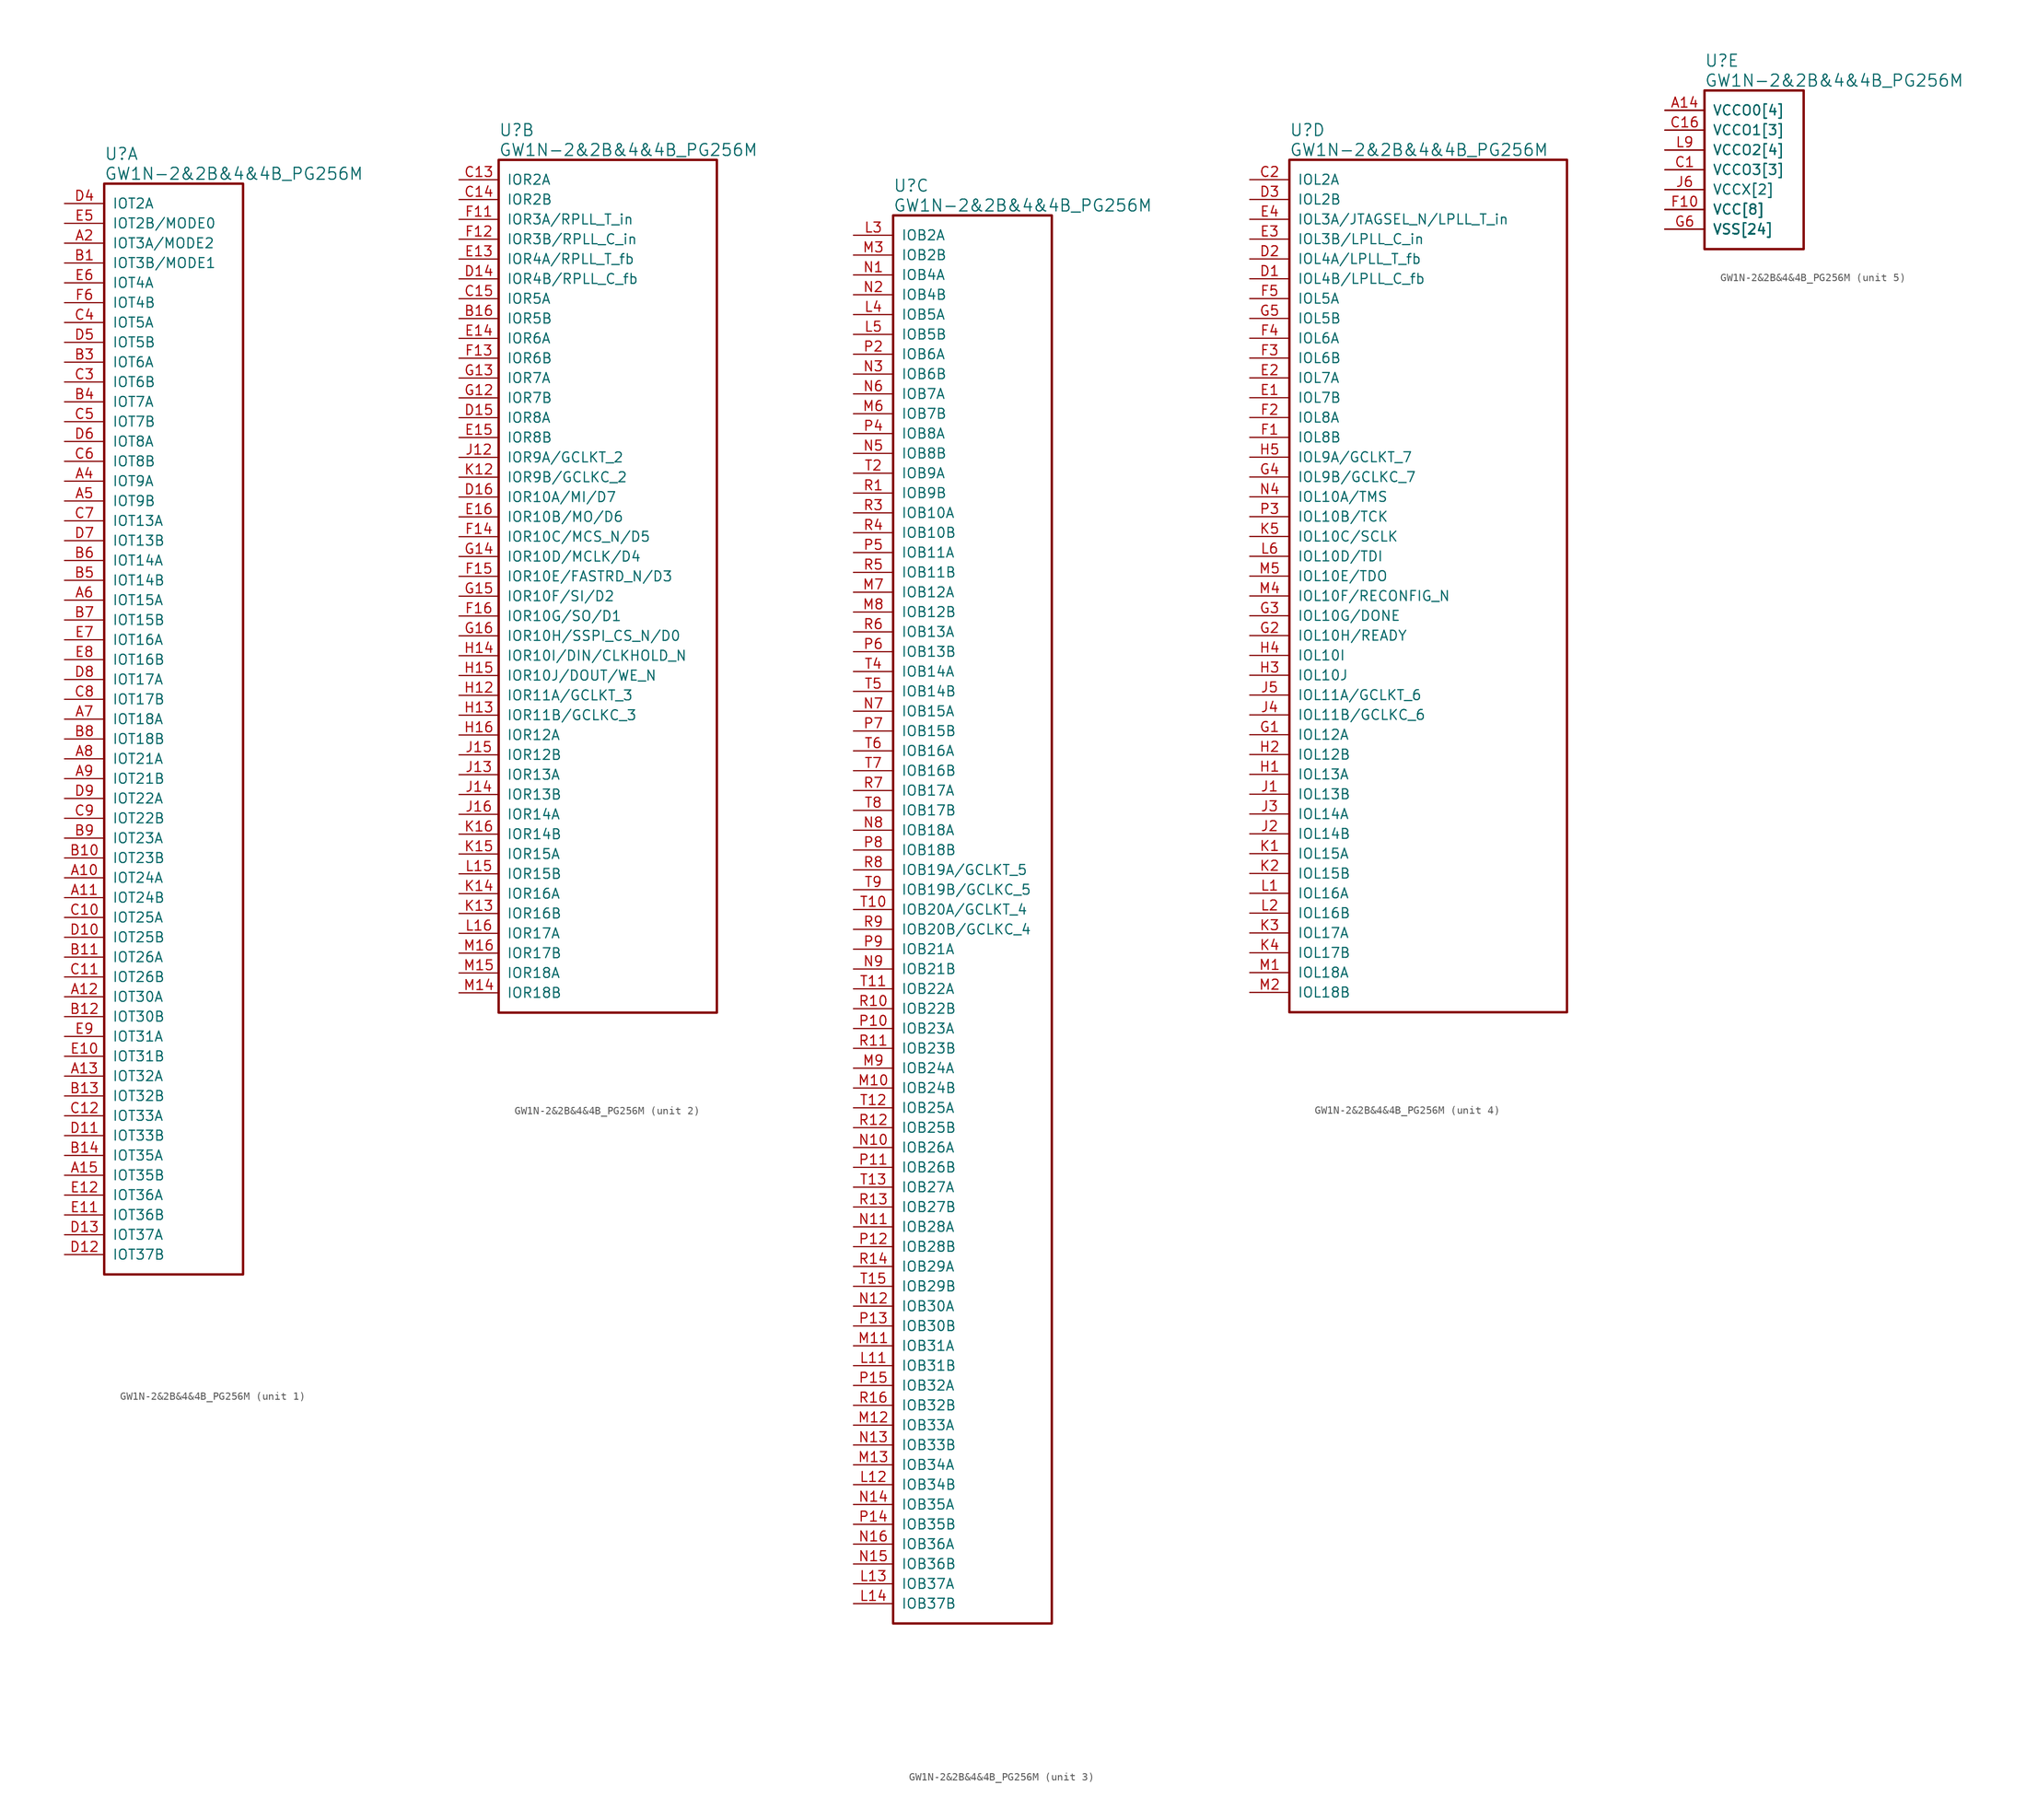
<source format=kicad_sym>
(kicad_symbol_lib
  (version 20220914)
  (generator kicad_symbol_editor)
  (symbol "GW1N-2&2B&4&4B_PG256M"
    (pin_names
      (offset 1.016))
    (property "Reference" "U"
      (at 5.08 6.35 0)
      (effects (font (size 1.524 1.524)) (justify left)))
    (property "Value" "GW1N-2&2B&4&4B_PG256M"
      (at 5.08 3.81 0)
      (effects (font (size 1.524 1.524)) (justify left)))
    (property "ki_locked" ""
      (at 0 0 0)
      (effects (font (size 1.27 1.27))))
    (symbol "GW1N-2&2B&4&4B_PG256M_1_1"
      (rectangle (start 5.08 2.54) (end 22.86 -137.16) (stroke (width 0.305) (type solid)) (fill (type none)))
      (pin bidirectional line (at 0 -86.36 0) (length 5.08) (name "IOT24A" (effects (font (size 1.27 1.27)))) (number "A10" (effects (font (size 1.27 1.27)))))
      (pin bidirectional line (at 0 -88.9 0) (length 5.08) (name "IOT24B" (effects (font (size 1.27 1.27)))) (number "A11" (effects (font (size 1.27 1.27)))))
      (pin bidirectional line (at 0 -101.6 0) (length 5.08) (name "IOT30A" (effects (font (size 1.27 1.27)))) (number "A12" (effects (font (size 1.27 1.27)))))
      (pin bidirectional line (at 0 -111.76 0) (length 5.08) (name "IOT32A" (effects (font (size 1.27 1.27)))) (number "A13" (effects (font (size 1.27 1.27)))))
      (pin bidirectional line (at 0 -124.46 0) (length 5.08) (name "IOT35B" (effects (font (size 1.27 1.27)))) (number "A15" (effects (font (size 1.27 1.27)))))
      (pin bidirectional line (at 0 -5.08 0) (length 5.08) (name "IOT3A/MODE2" (effects (font (size 1.27 1.27)))) (number "A2" (effects (font (size 1.27 1.27)))))
      (pin bidirectional line (at 0 -35.56 0) (length 5.08) (name "IOT9A" (effects (font (size 1.27 1.27)))) (number "A4" (effects (font (size 1.27 1.27)))))
      (pin bidirectional line (at 0 -38.1 0) (length 5.08) (name "IOT9B" (effects (font (size 1.27 1.27)))) (number "A5" (effects (font (size 1.27 1.27)))))
      (pin bidirectional line (at 0 -50.8 0) (length 5.08) (name "IOT15A" (effects (font (size 1.27 1.27)))) (number "A6" (effects (font (size 1.27 1.27)))))
      (pin bidirectional line (at 0 -66.04 0) (length 5.08) (name "IOT18A" (effects (font (size 1.27 1.27)))) (number "A7" (effects (font (size 1.27 1.27)))))
      (pin bidirectional line (at 0 -71.12 0) (length 5.08) (name "IOT21A" (effects (font (size 1.27 1.27)))) (number "A8" (effects (font (size 1.27 1.27)))))
      (pin bidirectional line (at 0 -73.66 0) (length 5.08) (name "IOT21B" (effects (font (size 1.27 1.27)))) (number "A9" (effects (font (size 1.27 1.27)))))
      (pin bidirectional line (at 0 -7.62 0) (length 5.08) (name "IOT3B/MODE1" (effects (font (size 1.27 1.27)))) (number "B1" (effects (font (size 1.27 1.27)))))
      (pin bidirectional line (at 0 -83.82 0) (length 5.08) (name "IOT23B" (effects (font (size 1.27 1.27)))) (number "B10" (effects (font (size 1.27 1.27)))))
      (pin bidirectional line (at 0 -96.52 0) (length 5.08) (name "IOT26A" (effects (font (size 1.27 1.27)))) (number "B11" (effects (font (size 1.27 1.27)))))
      (pin bidirectional line (at 0 -104.14 0) (length 5.08) (name "IOT30B" (effects (font (size 1.27 1.27)))) (number "B12" (effects (font (size 1.27 1.27)))))
      (pin bidirectional line (at 0 -114.3 0) (length 5.08) (name "IOT32B" (effects (font (size 1.27 1.27)))) (number "B13" (effects (font (size 1.27 1.27)))))
      (pin bidirectional line (at 0 -121.92 0) (length 5.08) (name "IOT35A" (effects (font (size 1.27 1.27)))) (number "B14" (effects (font (size 1.27 1.27)))))
      (pin bidirectional line (at 0 -20.32 0) (length 5.08) (name "IOT6A" (effects (font (size 1.27 1.27)))) (number "B3" (effects (font (size 1.27 1.27)))))
      (pin bidirectional line (at 0 -25.4 0) (length 5.08) (name "IOT7A" (effects (font (size 1.27 1.27)))) (number "B4" (effects (font (size 1.27 1.27)))))
      (pin bidirectional line (at 0 -48.26 0) (length 5.08) (name "IOT14B" (effects (font (size 1.27 1.27)))) (number "B5" (effects (font (size 1.27 1.27)))))
      (pin bidirectional line (at 0 -45.72 0) (length 5.08) (name "IOT14A" (effects (font (size 1.27 1.27)))) (number "B6" (effects (font (size 1.27 1.27)))))
      (pin bidirectional line (at 0 -53.34 0) (length 5.08) (name "IOT15B" (effects (font (size 1.27 1.27)))) (number "B7" (effects (font (size 1.27 1.27)))))
      (pin bidirectional line (at 0 -68.58 0) (length 5.08) (name "IOT18B" (effects (font (size 1.27 1.27)))) (number "B8" (effects (font (size 1.27 1.27)))))
      (pin bidirectional line (at 0 -81.28 0) (length 5.08) (name "IOT23A" (effects (font (size 1.27 1.27)))) (number "B9" (effects (font (size 1.27 1.27)))))
      (pin bidirectional line (at 0 -91.44 0) (length 5.08) (name "IOT25A" (effects (font (size 1.27 1.27)))) (number "C10" (effects (font (size 1.27 1.27)))))
      (pin bidirectional line (at 0 -99.06 0) (length 5.08) (name "IOT26B" (effects (font (size 1.27 1.27)))) (number "C11" (effects (font (size 1.27 1.27)))))
      (pin bidirectional line (at 0 -116.84 0) (length 5.08) (name "IOT33A" (effects (font (size 1.27 1.27)))) (number "C12" (effects (font (size 1.27 1.27)))))
      (pin bidirectional line (at 0 -22.86 0) (length 5.08) (name "IOT6B" (effects (font (size 1.27 1.27)))) (number "C3" (effects (font (size 1.27 1.27)))))
      (pin bidirectional line (at 0 -15.24 0) (length 5.08) (name "IOT5A" (effects (font (size 1.27 1.27)))) (number "C4" (effects (font (size 1.27 1.27)))))
      (pin bidirectional line (at 0 -27.94 0) (length 5.08) (name "IOT7B" (effects (font (size 1.27 1.27)))) (number "C5" (effects (font (size 1.27 1.27)))))
      (pin bidirectional line (at 0 -33.02 0) (length 5.08) (name "IOT8B" (effects (font (size 1.27 1.27)))) (number "C6" (effects (font (size 1.27 1.27)))))
      (pin bidirectional line (at 0 -40.64 0) (length 5.08) (name "IOT13A" (effects (font (size 1.27 1.27)))) (number "C7" (effects (font (size 1.27 1.27)))))
      (pin bidirectional line (at 0 -63.5 0) (length 5.08) (name "IOT17B" (effects (font (size 1.27 1.27)))) (number "C8" (effects (font (size 1.27 1.27)))))
      (pin bidirectional line (at 0 -78.74 0) (length 5.08) (name "IOT22B" (effects (font (size 1.27 1.27)))) (number "C9" (effects (font (size 1.27 1.27)))))
      (pin bidirectional line (at 0 -93.98 0) (length 5.08) (name "IOT25B" (effects (font (size 1.27 1.27)))) (number "D10" (effects (font (size 1.27 1.27)))))
      (pin bidirectional line (at 0 -119.38 0) (length 5.08) (name "IOT33B" (effects (font (size 1.27 1.27)))) (number "D11" (effects (font (size 1.27 1.27)))))
      (pin bidirectional line (at 0 -134.62 0) (length 5.08) (name "IOT37B" (effects (font (size 1.27 1.27)))) (number "D12" (effects (font (size 1.27 1.27)))))
      (pin bidirectional line (at 0 -132.08 0) (length 5.08) (name "IOT37A" (effects (font (size 1.27 1.27)))) (number "D13" (effects (font (size 1.27 1.27)))))
      (pin bidirectional line (at 0 0 0) (length 5.08) (name "IOT2A" (effects (font (size 1.27 1.27)))) (number "D4" (effects (font (size 1.27 1.27)))))
      (pin bidirectional line (at 0 -17.78 0) (length 5.08) (name "IOT5B" (effects (font (size 1.27 1.27)))) (number "D5" (effects (font (size 1.27 1.27)))))
      (pin bidirectional line (at 0 -30.48 0) (length 5.08) (name "IOT8A" (effects (font (size 1.27 1.27)))) (number "D6" (effects (font (size 1.27 1.27)))))
      (pin bidirectional line (at 0 -43.18 0) (length 5.08) (name "IOT13B" (effects (font (size 1.27 1.27)))) (number "D7" (effects (font (size 1.27 1.27)))))
      (pin bidirectional line (at 0 -60.96 0) (length 5.08) (name "IOT17A" (effects (font (size 1.27 1.27)))) (number "D8" (effects (font (size 1.27 1.27)))))
      (pin bidirectional line (at 0 -76.2 0) (length 5.08) (name "IOT22A" (effects (font (size 1.27 1.27)))) (number "D9" (effects (font (size 1.27 1.27)))))
      (pin bidirectional line (at 0 -109.22 0) (length 5.08) (name "IOT31B" (effects (font (size 1.27 1.27)))) (number "E10" (effects (font (size 1.27 1.27)))))
      (pin bidirectional line (at 0 -129.54 0) (length 5.08) (name "IOT36B" (effects (font (size 1.27 1.27)))) (number "E11" (effects (font (size 1.27 1.27)))))
      (pin bidirectional line (at 0 -127 0) (length 5.08) (name "IOT36A" (effects (font (size 1.27 1.27)))) (number "E12" (effects (font (size 1.27 1.27)))))
      (pin bidirectional line (at 0 -2.54 0) (length 5.08) (name "IOT2B/MODE0" (effects (font (size 1.27 1.27)))) (number "E5" (effects (font (size 1.27 1.27)))))
      (pin bidirectional line (at 0 -10.16 0) (length 5.08) (name "IOT4A" (effects (font (size 1.27 1.27)))) (number "E6" (effects (font (size 1.27 1.27)))))
      (pin bidirectional line (at 0 -55.88 0) (length 5.08) (name "IOT16A" (effects (font (size 1.27 1.27)))) (number "E7" (effects (font (size 1.27 1.27)))))
      (pin bidirectional line (at 0 -58.42 0) (length 5.08) (name "IOT16B" (effects (font (size 1.27 1.27)))) (number "E8" (effects (font (size 1.27 1.27)))))
      (pin bidirectional line (at 0 -106.68 0) (length 5.08) (name "IOT31A" (effects (font (size 1.27 1.27)))) (number "E9" (effects (font (size 1.27 1.27)))))
      (pin bidirectional line (at 0 -12.7 0) (length 5.08) (name "IOT4B" (effects (font (size 1.27 1.27)))) (number "F6" (effects (font (size 1.27 1.27))))))
    (symbol "GW1N-2&2B&4&4B_PG256M_2_1"
      (rectangle (start 5.08 2.54) (end 33.02 -106.68) (stroke (width 0.305) (type solid)) (fill (type none)))
      (pin bidirectional line (at 0 -17.78 0) (length 5.08) (name "IOR5B" (effects (font (size 1.27 1.27)))) (number "B16" (effects (font (size 1.27 1.27)))))
      (pin bidirectional line (at 0 0 0) (length 5.08) (name "IOR2A" (effects (font (size 1.27 1.27)))) (number "C13" (effects (font (size 1.27 1.27)))))
      (pin bidirectional line (at 0 -2.54 0) (length 5.08) (name "IOR2B" (effects (font (size 1.27 1.27)))) (number "C14" (effects (font (size 1.27 1.27)))))
      (pin bidirectional line (at 0 -15.24 0) (length 5.08) (name "IOR5A" (effects (font (size 1.27 1.27)))) (number "C15" (effects (font (size 1.27 1.27)))))
      (pin bidirectional line (at 0 -12.7 0) (length 5.08) (name "IOR4B/RPLL_C_fb" (effects (font (size 1.27 1.27)))) (number "D14" (effects (font (size 1.27 1.27)))))
      (pin bidirectional line (at 0 -30.48 0) (length 5.08) (name "IOR8A" (effects (font (size 1.27 1.27)))) (number "D15" (effects (font (size 1.27 1.27)))))
      (pin bidirectional line (at 0 -40.64 0) (length 5.08) (name "IOR10A/MI/D7" (effects (font (size 1.27 1.27)))) (number "D16" (effects (font (size 1.27 1.27)))))
      (pin bidirectional line (at 0 -10.16 0) (length 5.08) (name "IOR4A/RPLL_T_fb" (effects (font (size 1.27 1.27)))) (number "E13" (effects (font (size 1.27 1.27)))))
      (pin bidirectional line (at 0 -20.32 0) (length 5.08) (name "IOR6A" (effects (font (size 1.27 1.27)))) (number "E14" (effects (font (size 1.27 1.27)))))
      (pin bidirectional line (at 0 -33.02 0) (length 5.08) (name "IOR8B" (effects (font (size 1.27 1.27)))) (number "E15" (effects (font (size 1.27 1.27)))))
      (pin bidirectional line (at 0 -43.18 0) (length 5.08) (name "IOR10B/MO/D6" (effects (font (size 1.27 1.27)))) (number "E16" (effects (font (size 1.27 1.27)))))
      (pin bidirectional line (at 0 -5.08 0) (length 5.08) (name "IOR3A/RPLL_T_in" (effects (font (size 1.27 1.27)))) (number "F11" (effects (font (size 1.27 1.27)))))
      (pin bidirectional line (at 0 -7.62 0) (length 5.08) (name "IOR3B/RPLL_C_in" (effects (font (size 1.27 1.27)))) (number "F12" (effects (font (size 1.27 1.27)))))
      (pin bidirectional line (at 0 -22.86 0) (length 5.08) (name "IOR6B" (effects (font (size 1.27 1.27)))) (number "F13" (effects (font (size 1.27 1.27)))))
      (pin bidirectional line (at 0 -45.72 0) (length 5.08) (name "IOR10C/MCS_N/D5" (effects (font (size 1.27 1.27)))) (number "F14" (effects (font (size 1.27 1.27)))))
      (pin bidirectional line (at 0 -50.8 0) (length 5.08) (name "IOR10E/FASTRD_N/D3" (effects (font (size 1.27 1.27)))) (number "F15" (effects (font (size 1.27 1.27)))))
      (pin bidirectional line (at 0 -55.88 0) (length 5.08) (name "IOR10G/SO/D1" (effects (font (size 1.27 1.27)))) (number "F16" (effects (font (size 1.27 1.27)))))
      (pin bidirectional line (at 0 -27.94 0) (length 5.08) (name "IOR7B" (effects (font (size 1.27 1.27)))) (number "G12" (effects (font (size 1.27 1.27)))))
      (pin bidirectional line (at 0 -25.4 0) (length 5.08) (name "IOR7A" (effects (font (size 1.27 1.27)))) (number "G13" (effects (font (size 1.27 1.27)))))
      (pin bidirectional line (at 0 -48.26 0) (length 5.08) (name "IOR10D/MCLK/D4" (effects (font (size 1.27 1.27)))) (number "G14" (effects (font (size 1.27 1.27)))))
      (pin bidirectional line (at 0 -53.34 0) (length 5.08) (name "IOR10F/SI/D2" (effects (font (size 1.27 1.27)))) (number "G15" (effects (font (size 1.27 1.27)))))
      (pin bidirectional line (at 0 -58.42 0) (length 5.08) (name "IOR10H/SSPI_CS_N/D0" (effects (font (size 1.27 1.27)))) (number "G16" (effects (font (size 1.27 1.27)))))
      (pin bidirectional line (at 0 -66.04 0) (length 5.08) (name "IOR11A/GCLKT_3" (effects (font (size 1.27 1.27)))) (number "H12" (effects (font (size 1.27 1.27)))))
      (pin bidirectional line (at 0 -68.58 0) (length 5.08) (name "IOR11B/GCLKC_3" (effects (font (size 1.27 1.27)))) (number "H13" (effects (font (size 1.27 1.27)))))
      (pin bidirectional line (at 0 -60.96 0) (length 5.08) (name "IOR10I/DIN/CLKHOLD_N" (effects (font (size 1.27 1.27)))) (number "H14" (effects (font (size 1.27 1.27)))))
      (pin bidirectional line (at 0 -63.5 0) (length 5.08) (name "IOR10J/DOUT/WE_N" (effects (font (size 1.27 1.27)))) (number "H15" (effects (font (size 1.27 1.27)))))
      (pin bidirectional line (at 0 -71.12 0) (length 5.08) (name "IOR12A" (effects (font (size 1.27 1.27)))) (number "H16" (effects (font (size 1.27 1.27)))))
      (pin bidirectional line (at 0 -35.56 0) (length 5.08) (name "IOR9A/GCLKT_2" (effects (font (size 1.27 1.27)))) (number "J12" (effects (font (size 1.27 1.27)))))
      (pin bidirectional line (at 0 -76.2 0) (length 5.08) (name "IOR13A" (effects (font (size 1.27 1.27)))) (number "J13" (effects (font (size 1.27 1.27)))))
      (pin bidirectional line (at 0 -78.74 0) (length 5.08) (name "IOR13B" (effects (font (size 1.27 1.27)))) (number "J14" (effects (font (size 1.27 1.27)))))
      (pin bidirectional line (at 0 -73.66 0) (length 5.08) (name "IOR12B" (effects (font (size 1.27 1.27)))) (number "J15" (effects (font (size 1.27 1.27)))))
      (pin bidirectional line (at 0 -81.28 0) (length 5.08) (name "IOR14A" (effects (font (size 1.27 1.27)))) (number "J16" (effects (font (size 1.27 1.27)))))
      (pin bidirectional line (at 0 -38.1 0) (length 5.08) (name "IOR9B/GCLKC_2" (effects (font (size 1.27 1.27)))) (number "K12" (effects (font (size 1.27 1.27)))))
      (pin bidirectional line (at 0 -93.98 0) (length 5.08) (name "IOR16B" (effects (font (size 1.27 1.27)))) (number "K13" (effects (font (size 1.27 1.27)))))
      (pin bidirectional line (at 0 -91.44 0) (length 5.08) (name "IOR16A" (effects (font (size 1.27 1.27)))) (number "K14" (effects (font (size 1.27 1.27)))))
      (pin bidirectional line (at 0 -86.36 0) (length 5.08) (name "IOR15A" (effects (font (size 1.27 1.27)))) (number "K15" (effects (font (size 1.27 1.27)))))
      (pin bidirectional line (at 0 -83.82 0) (length 5.08) (name "IOR14B" (effects (font (size 1.27 1.27)))) (number "K16" (effects (font (size 1.27 1.27)))))
      (pin bidirectional line (at 0 -88.9 0) (length 5.08) (name "IOR15B" (effects (font (size 1.27 1.27)))) (number "L15" (effects (font (size 1.27 1.27)))))
      (pin bidirectional line (at 0 -96.52 0) (length 5.08) (name "IOR17A" (effects (font (size 1.27 1.27)))) (number "L16" (effects (font (size 1.27 1.27)))))
      (pin bidirectional line (at 0 -104.14 0) (length 5.08) (name "IOR18B" (effects (font (size 1.27 1.27)))) (number "M14" (effects (font (size 1.27 1.27)))))
      (pin bidirectional line (at 0 -101.6 0) (length 5.08) (name "IOR18A" (effects (font (size 1.27 1.27)))) (number "M15" (effects (font (size 1.27 1.27)))))
      (pin bidirectional line (at 0 -99.06 0) (length 5.08) (name "IOR17B" (effects (font (size 1.27 1.27)))) (number "M16" (effects (font (size 1.27 1.27))))))
    (symbol "GW1N-2&2B&4&4B_PG256M_3_1"
      (rectangle (start 5.08 2.54) (end 25.4 -177.8) (stroke (width 0.305) (type solid)) (fill (type none)))
      (pin bidirectional line (at 0 -144.78 0) (length 5.08) (name "IOB31B" (effects (font (size 1.27 1.27)))) (number "L11" (effects (font (size 1.27 1.27)))))
      (pin bidirectional line (at 0 -160.02 0) (length 5.08) (name "IOB34B" (effects (font (size 1.27 1.27)))) (number "L12" (effects (font (size 1.27 1.27)))))
      (pin bidirectional line (at 0 -172.72 0) (length 5.08) (name "IOB37A" (effects (font (size 1.27 1.27)))) (number "L13" (effects (font (size 1.27 1.27)))))
      (pin bidirectional line (at 0 -175.26 0) (length 5.08) (name "IOB37B" (effects (font (size 1.27 1.27)))) (number "L14" (effects (font (size 1.27 1.27)))))
      (pin bidirectional line (at 0 0 0) (length 5.08) (name "IOB2A" (effects (font (size 1.27 1.27)))) (number "L3" (effects (font (size 1.27 1.27)))))
      (pin bidirectional line (at 0 -10.16 0) (length 5.08) (name "IOB5A" (effects (font (size 1.27 1.27)))) (number "L4" (effects (font (size 1.27 1.27)))))
      (pin bidirectional line (at 0 -12.7 0) (length 5.08) (name "IOB5B" (effects (font (size 1.27 1.27)))) (number "L5" (effects (font (size 1.27 1.27)))))
      (pin bidirectional line (at 0 -109.22 0) (length 5.08) (name "IOB24B" (effects (font (size 1.27 1.27)))) (number "M10" (effects (font (size 1.27 1.27)))))
      (pin bidirectional line (at 0 -142.24 0) (length 5.08) (name "IOB31A" (effects (font (size 1.27 1.27)))) (number "M11" (effects (font (size 1.27 1.27)))))
      (pin bidirectional line (at 0 -152.4 0) (length 5.08) (name "IOB33A" (effects (font (size 1.27 1.27)))) (number "M12" (effects (font (size 1.27 1.27)))))
      (pin bidirectional line (at 0 -157.48 0) (length 5.08) (name "IOB34A" (effects (font (size 1.27 1.27)))) (number "M13" (effects (font (size 1.27 1.27)))))
      (pin bidirectional line (at 0 -2.54 0) (length 5.08) (name "IOB2B" (effects (font (size 1.27 1.27)))) (number "M3" (effects (font (size 1.27 1.27)))))
      (pin bidirectional line (at 0 -22.86 0) (length 5.08) (name "IOB7B" (effects (font (size 1.27 1.27)))) (number "M6" (effects (font (size 1.27 1.27)))))
      (pin bidirectional line (at 0 -45.72 0) (length 5.08) (name "IOB12A" (effects (font (size 1.27 1.27)))) (number "M7" (effects (font (size 1.27 1.27)))))
      (pin bidirectional line (at 0 -48.26 0) (length 5.08) (name "IOB12B" (effects (font (size 1.27 1.27)))) (number "M8" (effects (font (size 1.27 1.27)))))
      (pin bidirectional line (at 0 -106.68 0) (length 5.08) (name "IOB24A" (effects (font (size 1.27 1.27)))) (number "M9" (effects (font (size 1.27 1.27)))))
      (pin bidirectional line (at 0 -5.08 0) (length 5.08) (name "IOB4A" (effects (font (size 1.27 1.27)))) (number "N1" (effects (font (size 1.27 1.27)))))
      (pin bidirectional line (at 0 -116.84 0) (length 5.08) (name "IOB26A" (effects (font (size 1.27 1.27)))) (number "N10" (effects (font (size 1.27 1.27)))))
      (pin bidirectional line (at 0 -127 0) (length 5.08) (name "IOB28A" (effects (font (size 1.27 1.27)))) (number "N11" (effects (font (size 1.27 1.27)))))
      (pin bidirectional line (at 0 -137.16 0) (length 5.08) (name "IOB30A" (effects (font (size 1.27 1.27)))) (number "N12" (effects (font (size 1.27 1.27)))))
      (pin bidirectional line (at 0 -154.94 0) (length 5.08) (name "IOB33B" (effects (font (size 1.27 1.27)))) (number "N13" (effects (font (size 1.27 1.27)))))
      (pin bidirectional line (at 0 -162.56 0) (length 5.08) (name "IOB35A" (effects (font (size 1.27 1.27)))) (number "N14" (effects (font (size 1.27 1.27)))))
      (pin bidirectional line (at 0 -170.18 0) (length 5.08) (name "IOB36B" (effects (font (size 1.27 1.27)))) (number "N15" (effects (font (size 1.27 1.27)))))
      (pin bidirectional line (at 0 -167.64 0) (length 5.08) (name "IOB36A" (effects (font (size 1.27 1.27)))) (number "N16" (effects (font (size 1.27 1.27)))))
      (pin bidirectional line (at 0 -7.62 0) (length 5.08) (name "IOB4B" (effects (font (size 1.27 1.27)))) (number "N2" (effects (font (size 1.27 1.27)))))
      (pin bidirectional line (at 0 -17.78 0) (length 5.08) (name "IOB6B" (effects (font (size 1.27 1.27)))) (number "N3" (effects (font (size 1.27 1.27)))))
      (pin bidirectional line (at 0 -27.94 0) (length 5.08) (name "IOB8B" (effects (font (size 1.27 1.27)))) (number "N5" (effects (font (size 1.27 1.27)))))
      (pin bidirectional line (at 0 -20.32 0) (length 5.08) (name "IOB7A" (effects (font (size 1.27 1.27)))) (number "N6" (effects (font (size 1.27 1.27)))))
      (pin bidirectional line (at 0 -60.96 0) (length 5.08) (name "IOB15A" (effects (font (size 1.27 1.27)))) (number "N7" (effects (font (size 1.27 1.27)))))
      (pin bidirectional line (at 0 -76.2 0) (length 5.08) (name "IOB18A" (effects (font (size 1.27 1.27)))) (number "N8" (effects (font (size 1.27 1.27)))))
      (pin bidirectional line (at 0 -93.98 0) (length 5.08) (name "IOB21B" (effects (font (size 1.27 1.27)))) (number "N9" (effects (font (size 1.27 1.27)))))
      (pin bidirectional line (at 0 -101.6 0) (length 5.08) (name "IOB23A" (effects (font (size 1.27 1.27)))) (number "P10" (effects (font (size 1.27 1.27)))))
      (pin bidirectional line (at 0 -119.38 0) (length 5.08) (name "IOB26B" (effects (font (size 1.27 1.27)))) (number "P11" (effects (font (size 1.27 1.27)))))
      (pin bidirectional line (at 0 -129.54 0) (length 5.08) (name "IOB28B" (effects (font (size 1.27 1.27)))) (number "P12" (effects (font (size 1.27 1.27)))))
      (pin bidirectional line (at 0 -139.7 0) (length 5.08) (name "IOB30B" (effects (font (size 1.27 1.27)))) (number "P13" (effects (font (size 1.27 1.27)))))
      (pin bidirectional line (at 0 -165.1 0) (length 5.08) (name "IOB35B" (effects (font (size 1.27 1.27)))) (number "P14" (effects (font (size 1.27 1.27)))))
      (pin bidirectional line (at 0 -147.32 0) (length 5.08) (name "IOB32A" (effects (font (size 1.27 1.27)))) (number "P15" (effects (font (size 1.27 1.27)))))
      (pin bidirectional line (at 0 -15.24 0) (length 5.08) (name "IOB6A" (effects (font (size 1.27 1.27)))) (number "P2" (effects (font (size 1.27 1.27)))))
      (pin bidirectional line (at 0 -25.4 0) (length 5.08) (name "IOB8A" (effects (font (size 1.27 1.27)))) (number "P4" (effects (font (size 1.27 1.27)))))
      (pin bidirectional line (at 0 -40.64 0) (length 5.08) (name "IOB11A" (effects (font (size 1.27 1.27)))) (number "P5" (effects (font (size 1.27 1.27)))))
      (pin bidirectional line (at 0 -53.34 0) (length 5.08) (name "IOB13B" (effects (font (size 1.27 1.27)))) (number "P6" (effects (font (size 1.27 1.27)))))
      (pin bidirectional line (at 0 -63.5 0) (length 5.08) (name "IOB15B" (effects (font (size 1.27 1.27)))) (number "P7" (effects (font (size 1.27 1.27)))))
      (pin bidirectional line (at 0 -78.74 0) (length 5.08) (name "IOB18B" (effects (font (size 1.27 1.27)))) (number "P8" (effects (font (size 1.27 1.27)))))
      (pin bidirectional line (at 0 -91.44 0) (length 5.08) (name "IOB21A" (effects (font (size 1.27 1.27)))) (number "P9" (effects (font (size 1.27 1.27)))))
      (pin bidirectional line (at 0 -33.02 0) (length 5.08) (name "IOB9B" (effects (font (size 1.27 1.27)))) (number "R1" (effects (font (size 1.27 1.27)))))
      (pin bidirectional line (at 0 -99.06 0) (length 5.08) (name "IOB22B" (effects (font (size 1.27 1.27)))) (number "R10" (effects (font (size 1.27 1.27)))))
      (pin bidirectional line (at 0 -104.14 0) (length 5.08) (name "IOB23B" (effects (font (size 1.27 1.27)))) (number "R11" (effects (font (size 1.27 1.27)))))
      (pin bidirectional line (at 0 -114.3 0) (length 5.08) (name "IOB25B" (effects (font (size 1.27 1.27)))) (number "R12" (effects (font (size 1.27 1.27)))))
      (pin bidirectional line (at 0 -124.46 0) (length 5.08) (name "IOB27B" (effects (font (size 1.27 1.27)))) (number "R13" (effects (font (size 1.27 1.27)))))
      (pin bidirectional line (at 0 -132.08 0) (length 5.08) (name "IOB29A" (effects (font (size 1.27 1.27)))) (number "R14" (effects (font (size 1.27 1.27)))))
      (pin bidirectional line (at 0 -149.86 0) (length 5.08) (name "IOB32B" (effects (font (size 1.27 1.27)))) (number "R16" (effects (font (size 1.27 1.27)))))
      (pin bidirectional line (at 0 -35.56 0) (length 5.08) (name "IOB10A" (effects (font (size 1.27 1.27)))) (number "R3" (effects (font (size 1.27 1.27)))))
      (pin bidirectional line (at 0 -38.1 0) (length 5.08) (name "IOB10B" (effects (font (size 1.27 1.27)))) (number "R4" (effects (font (size 1.27 1.27)))))
      (pin bidirectional line (at 0 -43.18 0) (length 5.08) (name "IOB11B" (effects (font (size 1.27 1.27)))) (number "R5" (effects (font (size 1.27 1.27)))))
      (pin bidirectional line (at 0 -50.8 0) (length 5.08) (name "IOB13A" (effects (font (size 1.27 1.27)))) (number "R6" (effects (font (size 1.27 1.27)))))
      (pin bidirectional line (at 0 -71.12 0) (length 5.08) (name "IOB17A" (effects (font (size 1.27 1.27)))) (number "R7" (effects (font (size 1.27 1.27)))))
      (pin bidirectional line (at 0 -81.28 0) (length 5.08) (name "IOB19A/GCLKT_5" (effects (font (size 1.27 1.27)))) (number "R8" (effects (font (size 1.27 1.27)))))
      (pin bidirectional line (at 0 -88.9 0) (length 5.08) (name "IOB20B/GCLKC_4" (effects (font (size 1.27 1.27)))) (number "R9" (effects (font (size 1.27 1.27)))))
      (pin bidirectional line (at 0 -86.36 0) (length 5.08) (name "IOB20A/GCLKT_4" (effects (font (size 1.27 1.27)))) (number "T10" (effects (font (size 1.27 1.27)))))
      (pin bidirectional line (at 0 -96.52 0) (length 5.08) (name "IOB22A" (effects (font (size 1.27 1.27)))) (number "T11" (effects (font (size 1.27 1.27)))))
      (pin bidirectional line (at 0 -111.76 0) (length 5.08) (name "IOB25A" (effects (font (size 1.27 1.27)))) (number "T12" (effects (font (size 1.27 1.27)))))
      (pin bidirectional line (at 0 -121.92 0) (length 5.08) (name "IOB27A" (effects (font (size 1.27 1.27)))) (number "T13" (effects (font (size 1.27 1.27)))))
      (pin bidirectional line (at 0 -134.62 0) (length 5.08) (name "IOB29B" (effects (font (size 1.27 1.27)))) (number "T15" (effects (font (size 1.27 1.27)))))
      (pin bidirectional line (at 0 -30.48 0) (length 5.08) (name "IOB9A" (effects (font (size 1.27 1.27)))) (number "T2" (effects (font (size 1.27 1.27)))))
      (pin bidirectional line (at 0 -55.88 0) (length 5.08) (name "IOB14A" (effects (font (size 1.27 1.27)))) (number "T4" (effects (font (size 1.27 1.27)))))
      (pin bidirectional line (at 0 -58.42 0) (length 5.08) (name "IOB14B" (effects (font (size 1.27 1.27)))) (number "T5" (effects (font (size 1.27 1.27)))))
      (pin bidirectional line (at 0 -66.04 0) (length 5.08) (name "IOB16A" (effects (font (size 1.27 1.27)))) (number "T6" (effects (font (size 1.27 1.27)))))
      (pin bidirectional line (at 0 -68.58 0) (length 5.08) (name "IOB16B" (effects (font (size 1.27 1.27)))) (number "T7" (effects (font (size 1.27 1.27)))))
      (pin bidirectional line (at 0 -73.66 0) (length 5.08) (name "IOB17B" (effects (font (size 1.27 1.27)))) (number "T8" (effects (font (size 1.27 1.27)))))
      (pin bidirectional line (at 0 -83.82 0) (length 5.08) (name "IOB19B/GCLKC_5" (effects (font (size 1.27 1.27)))) (number "T9" (effects (font (size 1.27 1.27))))))
    (symbol "GW1N-2&2B&4&4B_PG256M_4_1"
      (rectangle (start 5.08 2.54) (end 40.64 -106.68) (stroke (width 0.305) (type solid)) (fill (type none)))
      (pin bidirectional line (at 0 0 0) (length 5.08) (name "IOL2A" (effects (font (size 1.27 1.27)))) (number "C2" (effects (font (size 1.27 1.27)))))
      (pin bidirectional line (at 0 -12.7 0) (length 5.08) (name "IOL4B/LPLL_C_fb" (effects (font (size 1.27 1.27)))) (number "D1" (effects (font (size 1.27 1.27)))))
      (pin bidirectional line (at 0 -10.16 0) (length 5.08) (name "IOL4A/LPLL_T_fb" (effects (font (size 1.27 1.27)))) (number "D2" (effects (font (size 1.27 1.27)))))
      (pin bidirectional line (at 0 -2.54 0) (length 5.08) (name "IOL2B" (effects (font (size 1.27 1.27)))) (number "D3" (effects (font (size 1.27 1.27)))))
      (pin bidirectional line (at 0 -27.94 0) (length 5.08) (name "IOL7B" (effects (font (size 1.27 1.27)))) (number "E1" (effects (font (size 1.27 1.27)))))
      (pin bidirectional line (at 0 -25.4 0) (length 5.08) (name "IOL7A" (effects (font (size 1.27 1.27)))) (number "E2" (effects (font (size 1.27 1.27)))))
      (pin bidirectional line (at 0 -7.62 0) (length 5.08) (name "IOL3B/LPLL_C_in" (effects (font (size 1.27 1.27)))) (number "E3" (effects (font (size 1.27 1.27)))))
      (pin bidirectional line (at 0 -5.08 0) (length 5.08) (name "IOL3A/JTAGSEL_N/LPLL_T_in" (effects (font (size 1.27 1.27)))) (number "E4" (effects (font (size 1.27 1.27)))))
      (pin bidirectional line (at 0 -33.02 0) (length 5.08) (name "IOL8B" (effects (font (size 1.27 1.27)))) (number "F1" (effects (font (size 1.27 1.27)))))
      (pin bidirectional line (at 0 -30.48 0) (length 5.08) (name "IOL8A" (effects (font (size 1.27 1.27)))) (number "F2" (effects (font (size 1.27 1.27)))))
      (pin bidirectional line (at 0 -22.86 0) (length 5.08) (name "IOL6B" (effects (font (size 1.27 1.27)))) (number "F3" (effects (font (size 1.27 1.27)))))
      (pin bidirectional line (at 0 -20.32 0) (length 5.08) (name "IOL6A" (effects (font (size 1.27 1.27)))) (number "F4" (effects (font (size 1.27 1.27)))))
      (pin bidirectional line (at 0 -15.24 0) (length 5.08) (name "IOL5A" (effects (font (size 1.27 1.27)))) (number "F5" (effects (font (size 1.27 1.27)))))
      (pin bidirectional line (at 0 -71.12 0) (length 5.08) (name "IOL12A" (effects (font (size 1.27 1.27)))) (number "G1" (effects (font (size 1.27 1.27)))))
      (pin bidirectional line (at 0 -58.42 0) (length 5.08) (name "IOL10H/READY" (effects (font (size 1.27 1.27)))) (number "G2" (effects (font (size 1.27 1.27)))))
      (pin bidirectional line (at 0 -55.88 0) (length 5.08) (name "IOL10G/DONE" (effects (font (size 1.27 1.27)))) (number "G3" (effects (font (size 1.27 1.27)))))
      (pin bidirectional line (at 0 -38.1 0) (length 5.08) (name "IOL9B/GCLKC_7" (effects (font (size 1.27 1.27)))) (number "G4" (effects (font (size 1.27 1.27)))))
      (pin bidirectional line (at 0 -17.78 0) (length 5.08) (name "IOL5B" (effects (font (size 1.27 1.27)))) (number "G5" (effects (font (size 1.27 1.27)))))
      (pin bidirectional line (at 0 -76.2 0) (length 5.08) (name "IOL13A" (effects (font (size 1.27 1.27)))) (number "H1" (effects (font (size 1.27 1.27)))))
      (pin bidirectional line (at 0 -73.66 0) (length 5.08) (name "IOL12B" (effects (font (size 1.27 1.27)))) (number "H2" (effects (font (size 1.27 1.27)))))
      (pin bidirectional line (at 0 -63.5 0) (length 5.08) (name "IOL10J" (effects (font (size 1.27 1.27)))) (number "H3" (effects (font (size 1.27 1.27)))))
      (pin bidirectional line (at 0 -60.96 0) (length 5.08) (name "IOL10I" (effects (font (size 1.27 1.27)))) (number "H4" (effects (font (size 1.27 1.27)))))
      (pin bidirectional line (at 0 -35.56 0) (length 5.08) (name "IOL9A/GCLKT_7" (effects (font (size 1.27 1.27)))) (number "H5" (effects (font (size 1.27 1.27)))))
      (pin bidirectional line (at 0 -78.74 0) (length 5.08) (name "IOL13B" (effects (font (size 1.27 1.27)))) (number "J1" (effects (font (size 1.27 1.27)))))
      (pin bidirectional line (at 0 -83.82 0) (length 5.08) (name "IOL14B" (effects (font (size 1.27 1.27)))) (number "J2" (effects (font (size 1.27 1.27)))))
      (pin bidirectional line (at 0 -81.28 0) (length 5.08) (name "IOL14A" (effects (font (size 1.27 1.27)))) (number "J3" (effects (font (size 1.27 1.27)))))
      (pin bidirectional line (at 0 -68.58 0) (length 5.08) (name "IOL11B/GCLKC_6" (effects (font (size 1.27 1.27)))) (number "J4" (effects (font (size 1.27 1.27)))))
      (pin bidirectional line (at 0 -66.04 0) (length 5.08) (name "IOL11A/GCLKT_6" (effects (font (size 1.27 1.27)))) (number "J5" (effects (font (size 1.27 1.27)))))
      (pin bidirectional line (at 0 -86.36 0) (length 5.08) (name "IOL15A" (effects (font (size 1.27 1.27)))) (number "K1" (effects (font (size 1.27 1.27)))))
      (pin bidirectional line (at 0 -88.9 0) (length 5.08) (name "IOL15B" (effects (font (size 1.27 1.27)))) (number "K2" (effects (font (size 1.27 1.27)))))
      (pin bidirectional line (at 0 -96.52 0) (length 5.08) (name "IOL17A" (effects (font (size 1.27 1.27)))) (number "K3" (effects (font (size 1.27 1.27)))))
      (pin bidirectional line (at 0 -99.06 0) (length 5.08) (name "IOL17B" (effects (font (size 1.27 1.27)))) (number "K4" (effects (font (size 1.27 1.27)))))
      (pin bidirectional line (at 0 -45.72 0) (length 5.08) (name "IOL10C/SCLK" (effects (font (size 1.27 1.27)))) (number "K5" (effects (font (size 1.27 1.27)))))
      (pin bidirectional line (at 0 -91.44 0) (length 5.08) (name "IOL16A" (effects (font (size 1.27 1.27)))) (number "L1" (effects (font (size 1.27 1.27)))))
      (pin bidirectional line (at 0 -93.98 0) (length 5.08) (name "IOL16B" (effects (font (size 1.27 1.27)))) (number "L2" (effects (font (size 1.27 1.27)))))
      (pin bidirectional line (at 0 -48.26 0) (length 5.08) (name "IOL10D/TDI" (effects (font (size 1.27 1.27)))) (number "L6" (effects (font (size 1.27 1.27)))))
      (pin bidirectional line (at 0 -101.6 0) (length 5.08) (name "IOL18A" (effects (font (size 1.27 1.27)))) (number "M1" (effects (font (size 1.27 1.27)))))
      (pin bidirectional line (at 0 -104.14 0) (length 5.08) (name "IOL18B" (effects (font (size 1.27 1.27)))) (number "M2" (effects (font (size 1.27 1.27)))))
      (pin bidirectional line (at 0 -53.34 0) (length 5.08) (name "IOL10F/RECONFIG_N" (effects (font (size 1.27 1.27)))) (number "M4" (effects (font (size 1.27 1.27)))))
      (pin bidirectional line (at 0 -50.8 0) (length 5.08) (name "IOL10E/TDO" (effects (font (size 1.27 1.27)))) (number "M5" (effects (font (size 1.27 1.27)))))
      (pin bidirectional line (at 0 -40.64 0) (length 5.08) (name "IOL10A/TMS" (effects (font (size 1.27 1.27)))) (number "N4" (effects (font (size 1.27 1.27)))))
      (pin bidirectional line (at 0 -43.18 0) (length 5.08) (name "IOL10B/TCK" (effects (font (size 1.27 1.27)))) (number "P3" (effects (font (size 1.27 1.27))))))
    (symbol "GW1N-2&2B&4&4B_PG256M_5_1"
      (rectangle (start 5.08 2.54) (end 17.78 -17.78) (stroke (width 0.305) (type solid)) (fill (type none)))
      (pin power_in line (at 0 -15.24 0) (length 5.08) (name "VSS[24]" (effects (font (size 1.27 1.27)))) (number "A1" (effects (font (size 0 0)))))
      (pin power_in line (at 0 0 0) (length 5.08) (name "VCCO0[4]" (effects (font (size 1.27 1.27)))) (number "A14" (effects (font (size 1.27 1.27)))))
      (pin power_in line (at 0 -15.24 0) (length 5.08) (name "VSS[24]" (effects (font (size 1.27 1.27)))) (number "A16" (effects (font (size 0 0)))))
      (pin power_in line (at 0 0 0) (length 5.08) (name "VCCO0[4]" (effects (font (size 1.27 1.27)))) (number "A3" (effects (font (size 0 0)))))
      (pin power_in line (at 0 -15.24 0) (length 5.08) (name "VSS[24]" (effects (font (size 1.27 1.27)))) (number "B15" (effects (font (size 0 0)))))
      (pin power_in line (at 0 -15.24 0) (length 5.08) (name "VSS[24]" (effects (font (size 1.27 1.27)))) (number "B2" (effects (font (size 0 0)))))
      (pin power_in line (at 0 -7.62 0) (length 5.08) (name "VCCO3[3]" (effects (font (size 1.27 1.27)))) (number "C1" (effects (font (size 1.27 1.27)))))
      (pin power_in line (at 0 -2.54 0) (length 5.08) (name "VCCO1[3]" (effects (font (size 1.27 1.27)))) (number "C16" (effects (font (size 1.27 1.27)))))
      (pin power_in line (at 0 -12.7 0) (length 5.08) (name "VCC[8]" (effects (font (size 1.27 1.27)))) (number "F10" (effects (font (size 1.27 1.27)))))
      (pin power_in line (at 0 -15.24 0) (length 5.08) (name "VSS[24]" (effects (font (size 1.27 1.27)))) (number "F7" (effects (font (size 0 0)))))
      (pin power_in line (at 0 0 0) (length 5.08) (name "VCCO0[4]" (effects (font (size 1.27 1.27)))) (number "F8" (effects (font (size 0 0)))))
      (pin power_in line (at 0 0 0) (length 5.08) (name "VCCO0[4]" (effects (font (size 1.27 1.27)))) (number "F9" (effects (font (size 0 0)))))
      (pin power_in line (at 0 -15.24 0) (length 5.08) (name "VSS[24]" (effects (font (size 1.27 1.27)))) (number "G10" (effects (font (size 0 0)))))
      (pin power_in line (at 0 -12.7 0) (length 5.08) (name "VCC[8]" (effects (font (size 1.27 1.27)))) (number "G11" (effects (font (size 0 0)))))
      (pin power_in line (at 0 -15.24 0) (length 5.08) (name "VSS[24]" (effects (font (size 1.27 1.27)))) (number "G6" (effects (font (size 1.27 1.27)))))
      (pin power_in line (at 0 -15.24 0) (length 5.08) (name "VSS[24]" (effects (font (size 1.27 1.27)))) (number "G7" (effects (font (size 0 0)))))
      (pin power_in line (at 0 -15.24 0) (length 5.08) (name "VSS[24]" (effects (font (size 1.27 1.27)))) (number "G8" (effects (font (size 0 0)))))
      (pin power_in line (at 0 -15.24 0) (length 5.08) (name "VSS[24]" (effects (font (size 1.27 1.27)))) (number "G9" (effects (font (size 0 0)))))
      (pin power_in line (at 0 -12.7 0) (length 5.08) (name "VCC[8]" (effects (font (size 1.27 1.27)))) (number "H10" (effects (font (size 0 0)))))
      (pin power_in line (at 0 -10.16 0) (length 5.08) (name "VCCX[2]" (effects (font (size 1.27 1.27)))) (number "H11" (effects (font (size 0 0)))))
      (pin power_in line (at 0 -7.62 0) (length 5.08) (name "VCCO3[3]" (effects (font (size 1.27 1.27)))) (number "H6" (effects (font (size 0 0)))))
      (pin power_in line (at 0 -15.24 0) (length 5.08) (name "VSS[24]" (effects (font (size 1.27 1.27)))) (number "H7" (effects (font (size 0 0)))))
      (pin power_in line (at 0 -12.7 0) (length 5.08) (name "VCC[8]" (effects (font (size 1.27 1.27)))) (number "H8" (effects (font (size 0 0)))))
      (pin power_in line (at 0 -15.24 0) (length 5.08) (name "VSS[24]" (effects (font (size 1.27 1.27)))) (number "H9" (effects (font (size 0 0)))))
      (pin power_in line (at 0 -15.24 0) (length 5.08) (name "VSS[24]" (effects (font (size 1.27 1.27)))) (number "J10" (effects (font (size 0 0)))))
      (pin power_in line (at 0 -2.54 0) (length 5.08) (name "VCCO1[3]" (effects (font (size 1.27 1.27)))) (number "J11" (effects (font (size 0 0)))))
      (pin power_in line (at 0 -10.16 0) (length 5.08) (name "VCCX[2]" (effects (font (size 1.27 1.27)))) (number "J6" (effects (font (size 1.27 1.27)))))
      (pin power_in line (at 0 -12.7 0) (length 5.08) (name "VCC[8]" (effects (font (size 1.27 1.27)))) (number "J7" (effects (font (size 0 0)))))
      (pin power_in line (at 0 -15.24 0) (length 5.08) (name "VSS[24]" (effects (font (size 1.27 1.27)))) (number "J8" (effects (font (size 0 0)))))
      (pin power_in line (at 0 -12.7 0) (length 5.08) (name "VCC[8]" (effects (font (size 1.27 1.27)))) (number "J9" (effects (font (size 0 0)))))
      (pin power_in line (at 0 -15.24 0) (length 5.08) (name "VSS[24]" (effects (font (size 1.27 1.27)))) (number "K10" (effects (font (size 0 0)))))
      (pin power_in line (at 0 -15.24 0) (length 5.08) (name "VSS[24]" (effects (font (size 1.27 1.27)))) (number "K11" (effects (font (size 0 0)))))
      (pin power_in line (at 0 -12.7 0) (length 5.08) (name "VCC[8]" (effects (font (size 1.27 1.27)))) (number "K6" (effects (font (size 0 0)))))
      (pin power_in line (at 0 -15.24 0) (length 5.08) (name "VSS[24]" (effects (font (size 1.27 1.27)))) (number "K7" (effects (font (size 0 0)))))
      (pin power_in line (at 0 -15.24 0) (length 5.08) (name "VSS[24]" (effects (font (size 1.27 1.27)))) (number "K8" (effects (font (size 0 0)))))
      (pin power_in line (at 0 -15.24 0) (length 5.08) (name "VSS[24]" (effects (font (size 1.27 1.27)))) (number "K9" (effects (font (size 0 0)))))
      (pin power_in line (at 0 -15.24 0) (length 5.08) (name "VSS[24]" (effects (font (size 1.27 1.27)))) (number "L10" (effects (font (size 0 0)))))
      (pin power_in line (at 0 -12.7 0) (length 5.08) (name "VCC[8]" (effects (font (size 1.27 1.27)))) (number "L7" (effects (font (size 0 0)))))
      (pin power_in line (at 0 -5.08 0) (length 5.08) (name "VCCO2[4]" (effects (font (size 1.27 1.27)))) (number "L8" (effects (font (size 0 0)))))
      (pin power_in line (at 0 -5.08 0) (length 5.08) (name "VCCO2[4]" (effects (font (size 1.27 1.27)))) (number "L9" (effects (font (size 1.27 1.27)))))
      (pin power_in line (at 0 -7.62 0) (length 5.08) (name "VCCO3[3]" (effects (font (size 1.27 1.27)))) (number "P1" (effects (font (size 0 0)))))
      (pin power_in line (at 0 -2.54 0) (length 5.08) (name "VCCO1[3]" (effects (font (size 1.27 1.27)))) (number "P16" (effects (font (size 0 0)))))
      (pin power_in line (at 0 -15.24 0) (length 5.08) (name "VSS[24]" (effects (font (size 1.27 1.27)))) (number "R15" (effects (font (size 0 0)))))
      (pin power_in line (at 0 -15.24 0) (length 5.08) (name "VSS[24]" (effects (font (size 1.27 1.27)))) (number "R2" (effects (font (size 0 0)))))
      (pin power_in line (at 0 -15.24 0) (length 5.08) (name "VSS[24]" (effects (font (size 1.27 1.27)))) (number "T1" (effects (font (size 0 0)))))
      (pin power_in line (at 0 -5.08 0) (length 5.08) (name "VCCO2[4]" (effects (font (size 1.27 1.27)))) (number "T14" (effects (font (size 0 0)))))
      (pin power_in line (at 0 -15.24 0) (length 5.08) (name "VSS[24]" (effects (font (size 1.27 1.27)))) (number "T16" (effects (font (size 0 0)))))
      (pin power_in line (at 0 -5.08 0) (length 5.08) (name "VCCO2[4]" (effects (font (size 1.27 1.27)))) (number "T3" (effects (font (size 0 0))))))))
</source>
